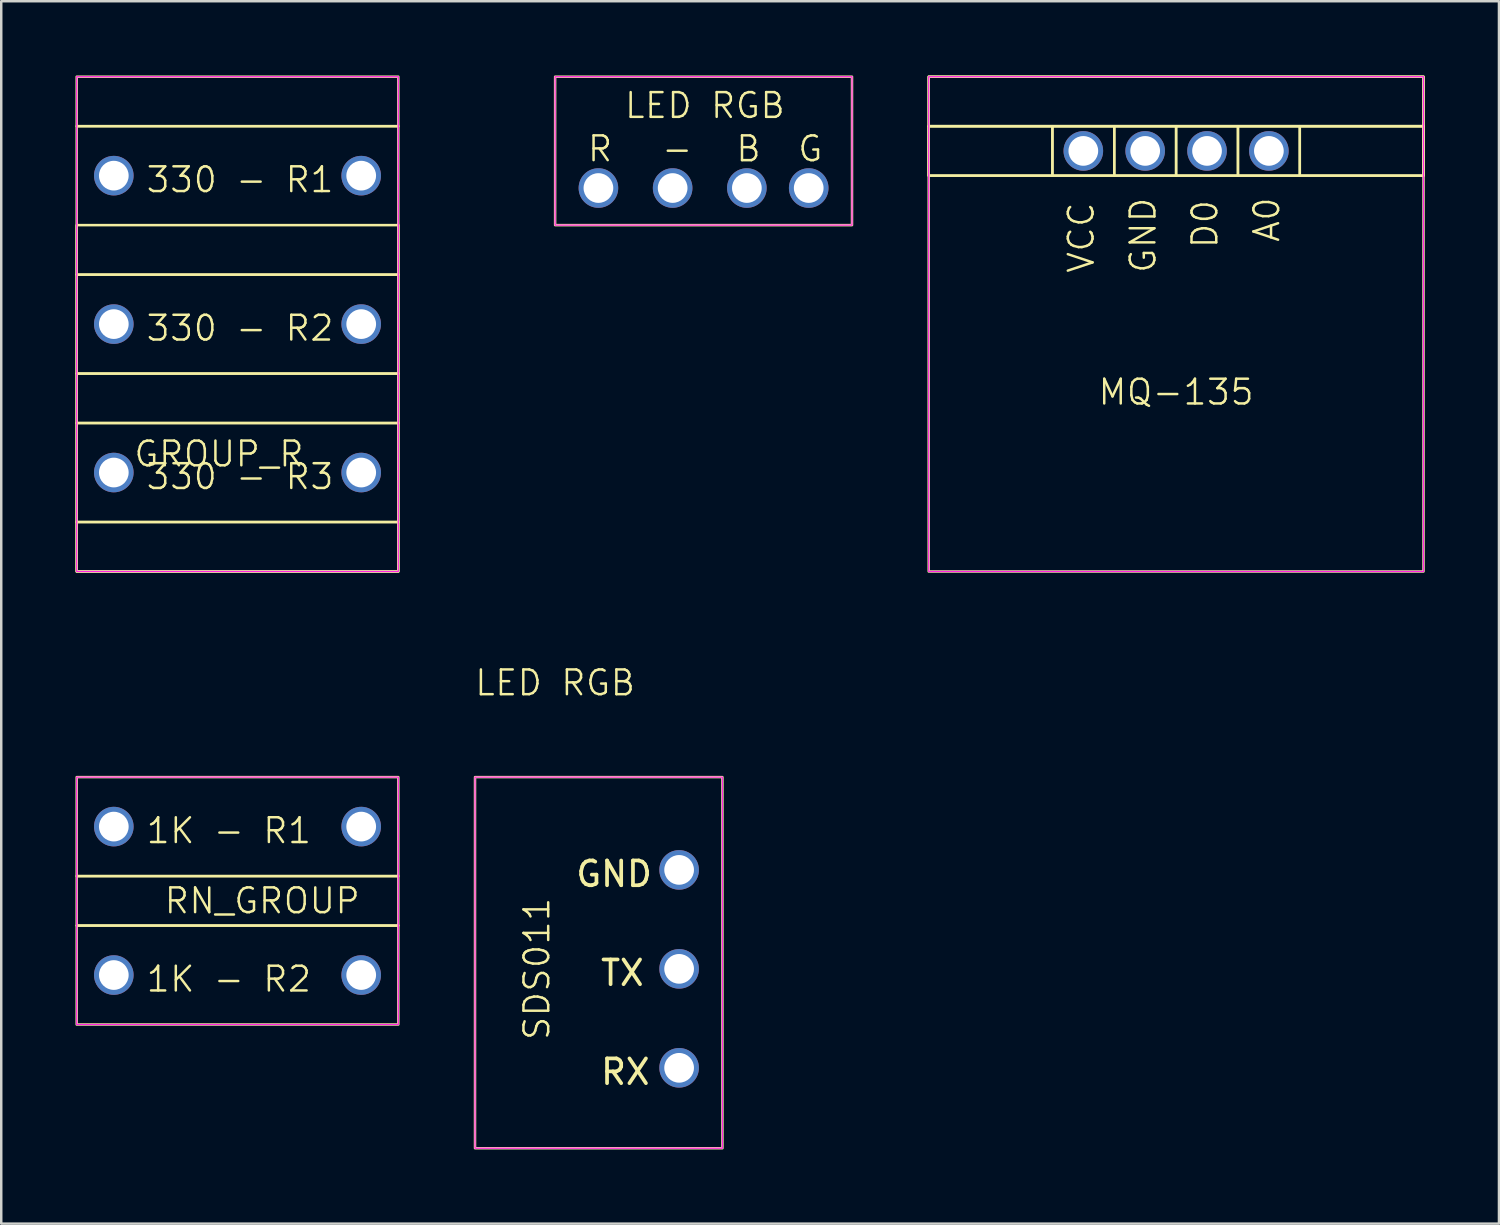
<source format=kicad_pcb>
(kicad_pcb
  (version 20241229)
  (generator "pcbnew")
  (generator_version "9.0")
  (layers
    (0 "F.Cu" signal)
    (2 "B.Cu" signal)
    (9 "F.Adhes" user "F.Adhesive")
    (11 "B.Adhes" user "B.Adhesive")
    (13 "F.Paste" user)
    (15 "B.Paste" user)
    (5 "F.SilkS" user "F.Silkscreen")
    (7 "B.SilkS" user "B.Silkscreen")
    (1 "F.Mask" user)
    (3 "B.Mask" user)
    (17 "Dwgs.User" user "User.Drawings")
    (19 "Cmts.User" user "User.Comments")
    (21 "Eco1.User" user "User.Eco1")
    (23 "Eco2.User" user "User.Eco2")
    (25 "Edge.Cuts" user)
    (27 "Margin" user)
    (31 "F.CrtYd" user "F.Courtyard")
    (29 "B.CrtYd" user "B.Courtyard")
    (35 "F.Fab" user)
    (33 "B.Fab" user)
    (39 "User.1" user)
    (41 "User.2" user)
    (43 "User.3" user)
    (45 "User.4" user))
  (footprint "LED RGB"
    (layer "F.Cu")
    (at 19.388 25.05)
    (property "Reference" "LED RGB" (at 0 -0.5 0) (unlocked yes) (layer "F.SilkS") (effects (font (size 1 1) (thickness 0.1))))
    (attr through_hole)
    (fp_rect (start 0 -25) (end 12 -19) (stroke (width 0.1) (type default)) (fill no) (layer "F.SilkS"))
    (fp_rect (start 0 -25) (end 12 -19) (stroke (width 0.05) (type default)) (fill no) (layer "F.CrtYd"))
    (fp_text user "B" (at 7.25 -21.5 0) (unlocked yes) (layer "F.SilkS") (effects (font (size 1 1) (thickness 0.1)) (justify left bottom)))
    (fp_text user "-" (at 4.25 -21.5 0) (unlocked yes) (layer "F.SilkS") (effects (font (size 1 1) (thickness 0.1)) (justify left bottom)))
    (fp_text user "G" (at 9.75 -21.5 0) (unlocked yes) (layer "F.SilkS") (effects (font (size 1 1) (thickness 0.1)) (justify left bottom)))
    (fp_text user "LED RGB" (at 2.75 -23.25 0) (unlocked yes) (layer "F.SilkS") (effects (font (size 1 1) (thickness 0.1)) (justify left bottom)))
    (fp_text user "R" (at 1.25 -21.5 0) (unlocked yes) (layer "F.SilkS") (effects (font (size 1 1) (thickness 0.1)) (justify left bottom)))
    (pad "1" thru_hole circle (at 1.75 -20.5) (size 1.6 1.6) (drill 1.2) (layers "*.Cu" "*.Mask"))
    (pad "2" thru_hole circle (at 4.75 -20.5) (size 1.6 1.6) (drill 1.2) (layers "*.Cu" "*.Mask"))
    (pad "3" thru_hole circle (at 7.75 -20.5) (size 1.6 1.6) (drill 1.2) (layers "*.Cu" "*.Mask"))
    (pad "4" thru_hole circle (at 10.25 -20.5) (size 1.6 1.6) (drill 1.2) (layers "*.Cu" "*.Mask")))
  (footprint "RN_GROUP"
    (layer "F.Cu")
    (at 7.55 33.861)
    (property "Reference" "RN_GROUP" (at 0 -0.5 0) (unlocked yes) (layer "F.SilkS") (effects (font (size 1 1) (thickness 0.1))))
    (attr through_hole)
    (fp_rect (start -7.5 -5.5) (end 5.5 -1.5) (stroke (width 0.1) (type default)) (fill no) (layer "F.SilkS"))
    (fp_rect (start -7.5 -1.5) (end 5.5 0.5) (stroke (width 0.1) (type default)) (fill no) (layer "F.SilkS"))
    (fp_rect (start -7.5 0.5) (end 5.5 4.5) (stroke (width 0.1) (type default)) (fill no) (layer "F.SilkS"))
    (fp_rect (start -7.5 -5.5) (end 5.5 4.5) (stroke (width 0.05) (type default)) (fill no) (layer "F.CrtYd"))
    (fp_text user "1K - R1" (at -4.75 -2.75 0) (unlocked yes) (layer "F.SilkS") (effects (font (size 1 1) (thickness 0.1)) (justify left bottom)))
    (fp_text user "1K - R2" (at -4.75 3.25 0) (unlocked yes) (layer "F.SilkS") (effects (font (size 1 1) (thickness 0.1)) (justify left bottom)))
    (pad "1" thru_hole circle (at 4 -3.5) (size 1.6 1.6) (drill 1.2) (layers "*.Cu" "*.Mask"))
    (pad "2" thru_hole circle (at -6 -3.5) (size 1.6 1.6) (drill 1.2) (layers "*.Cu" "*.Mask"))
    (pad "3" thru_hole circle (at 4 2.5) (size 1.6 1.6) (drill 1.2) (layers "*.Cu" "*.Mask"))
    (pad "4" thru_hole circle (at -6 2.5) (size 1.6 1.6) (drill 1.2) (layers "*.Cu" "*.Mask")))
  (footprint "MQ-135"
    (layer "F.Cu")
    (at 44.488 7.55)
    (property "Reference" "MQ-135" (at 0 5.25 0) (unlocked yes) (layer "F.SilkS") (effects (font (size 1 1) (thickness 0.1))))
    (attr through_hole)
    (fp_rect (start -10 -7.5) (end 10 -5.5) (stroke (width 0.1) (type default)) (fill no) (layer "F.SilkS"))
    (fp_rect (start -10 -7.5) (end 10 12.5) (stroke (width 0.1) (type default)) (fill no) (layer "F.SilkS"))
    (fp_rect (start -10 -5.5) (end -5 -3.5) (stroke (width 0.1) (type default)) (fill no) (layer "F.SilkS"))
    (fp_rect (start -10 -5.5) (end 10 -3.5) (stroke (width 0.1) (type default)) (fill no) (layer "F.SilkS"))
    (fp_rect (start -5 -5.5) (end -2.5 -3.5) (stroke (width 0.1) (type default)) (fill no) (layer "F.SilkS"))
    (fp_rect (start -2.5 -5.5) (end 0 -3.5) (stroke (width 0.1) (type default)) (fill no) (layer "F.SilkS"))
    (fp_rect (start 0 -5.5) (end 2.5 -3.5) (stroke (width 0.1) (type default)) (fill no) (layer "F.SilkS"))
    (fp_rect (start 2.5 -5.5) (end 5 -3.5) (stroke (width 0.1) (type default)) (fill no) (layer "F.SilkS"))
    (fp_rect (start 5 -5.5) (end 10 -3.5) (stroke (width 0.1) (type default)) (fill no) (layer "F.SilkS"))
    (fp_rect (start -10 -7.5) (end 10 12.5) (stroke (width 0.05) (type default)) (fill no) (layer "F.CrtYd"))
    (fp_text user "VCC" (at -3.25 0.5 90) (unlocked yes) (layer "F.SilkS") (effects (font (size 1 1) (thickness 0.1)) (justify left bottom)))
    (fp_text user "D0" (at 1.75 -0.5 90) (unlocked yes) (layer "F.SilkS") (effects (font (size 1 1) (thickness 0.1)) (justify left bottom)))
    (fp_text user "GND" (at -0.75 0.5 90) (unlocked yes) (layer "F.SilkS") (effects (font (size 1 1) (thickness 0.1)) (justify left bottom)))
    (fp_text user "A0" (at 4.25 -0.75 90) (unlocked yes) (layer "F.SilkS") (effects (font (size 1 1) (thickness 0.1)) (justify left bottom)))
    (pad "1" thru_hole circle (at -3.75 -4.5) (size 1.6 1.6) (drill 1.2) (layers "*.Cu" "*.Mask"))
    (pad "2" thru_hole circle (at -1.25 -4.5) (size 1.6 1.6) (drill 1.2) (layers "*.Cu" "*.Mask"))
    (pad "3" thru_hole circle (at 1.25 -4.5) (size 1.6 1.6) (drill 1.2) (layers "*.Cu" "*.Mask"))
    (pad "4" thru_hole circle (at 3.75 -4.5) (size 1.6 1.6) (drill 1.2) (layers "*.Cu" "*.Mask")))
  (footprint "GROUP_R"
    (layer "F.Cu")
    (at 6.55 10.05)
    (property "Reference" "GROUP_R" (at -0.75 5.25 0) (unlocked yes) (layer "F.SilkS") (effects (font (size 1 1) (thickness 0.1))))
    (attr through_hole)
    (fp_rect (start -6.5 -10) (end 6.5 -8) (stroke (width 0.1) (type default)) (fill no) (layer "F.SilkS"))
    (fp_rect (start -6.5 -8) (end 6.5 10) (stroke (width 0.1) (type default)) (fill no) (layer "F.SilkS"))
    (fp_rect (start -6.5 -4) (end 6.5 -2) (stroke (width 0.1) (type default)) (fill no) (layer "F.SilkS"))
    (fp_rect (start -6.5 -2) (end 6.5 2) (stroke (width 0.1) (type default)) (fill no) (layer "F.SilkS"))
    (fp_rect (start -6.5 2) (end 6.5 4) (stroke (width 0.1) (type default)) (fill no) (layer "F.SilkS"))
    (fp_rect (start -6.5 4) (end 6.5 8) (stroke (width 0.1) (type default)) (fill no) (layer "F.SilkS"))
    (fp_rect (start -6.5 8) (end 6.5 10) (stroke (width 0.1) (type default)) (fill no) (layer "F.SilkS"))
    (fp_rect (start -6.5 -10) (end 6.5 10) (stroke (width 0.05) (type default)) (fill no) (layer "F.CrtYd"))
    (fp_text user "330 - R1" (at -3.75 -5.25 0) (unlocked yes) (layer "F.SilkS") (effects (font (size 1 1) (thickness 0.1)) (justify left bottom)))
    (fp_text user "330 - R2" (at -3.75 0.75 0) (unlocked yes) (layer "F.SilkS") (effects (font (size 1 1) (thickness 0.1)) (justify left bottom)))
    (fp_text user "330 - R3" (at -3.75 6.75 0) (unlocked yes) (layer "F.SilkS") (effects (font (size 1 1) (thickness 0.1)) (justify left bottom)))
    (pad "1" thru_hole circle (at 5 -6) (size 1.6 1.6) (drill 1.2) (layers "*.Cu" "*.Mask"))
    (pad "2" thru_hole circle (at -5 -6) (size 1.6 1.6) (drill 1.2) (layers "*.Cu" "*.Mask"))
    (pad "3" thru_hole circle (at 5 0) (size 1.6 1.6) (drill 1.2) (layers "*.Cu" "*.Mask"))
    (pad "4" thru_hole circle (at -5 0) (size 1.6 1.6) (drill 1.2) (layers "*.Cu" "*.Mask"))
    (pad "5" thru_hole circle (at 5 6) (size 1.6 1.6) (drill 1.2) (layers "*.Cu" "*.Mask"))
    (pad "6" thru_hole circle (at -5 6) (size 1.6 1.6) (drill 1.2) (layers "*.Cu" "*.Mask")))
  (footprint "SDS011"
    (layer "F.Cu")
    (at 21.15 36.111)
    (property "Reference" "SDS011" (at -2.5 0 90) (unlocked yes) (layer "F.SilkS") (effects (font (size 1 1) (thickness 0.1))))
    (attr through_hole)
    (fp_rect (start -5 -7.75) (end 5 7.25) (stroke (width 0.1) (type default)) (fill no) (layer "F.SilkS"))
    (fp_rect (start -5 -7.75) (end 5 7.25) (stroke (width 0.05) (type default)) (fill no) (layer "F.CrtYd"))
    (fp_text user "RX" (at 0 4.75 0) (unlocked yes) (layer "F.SilkS") (effects (font (size 1 1) (thickness 0.15)) (justify left bottom)))
    (fp_text user "GND" (at -1 -3.25 0) (unlocked yes) (layer "F.SilkS") (effects (font (size 1 1) (thickness 0.15)) (justify left bottom)))
    (fp_text user "TX" (at 0 0.75 0) (unlocked yes) (layer "F.SilkS") (effects (font (size 1 1) (thickness 0.15)) (justify left bottom)))
    (pad "1" thru_hole circle (at 3.25 -4) (size 1.6 1.6) (drill 1.2) (layers "*.Cu" "*.Mask"))
    (pad "2" thru_hole circle (at 3.25 0) (size 1.6 1.6) (drill 1.2) (layers "*.Cu" "*.Mask"))
    (pad "3" thru_hole circle (at 3.25 4) (size 1.6 1.6) (drill 1.2) (layers "*.Cu" "*.Mask")))
  (gr_rect
    (start -3 -3)
    (end 57.538 46.41)
    (stroke (width 0.1) (type default))
    (fill no)
    (layer "Edge.Cuts")))
</source>
